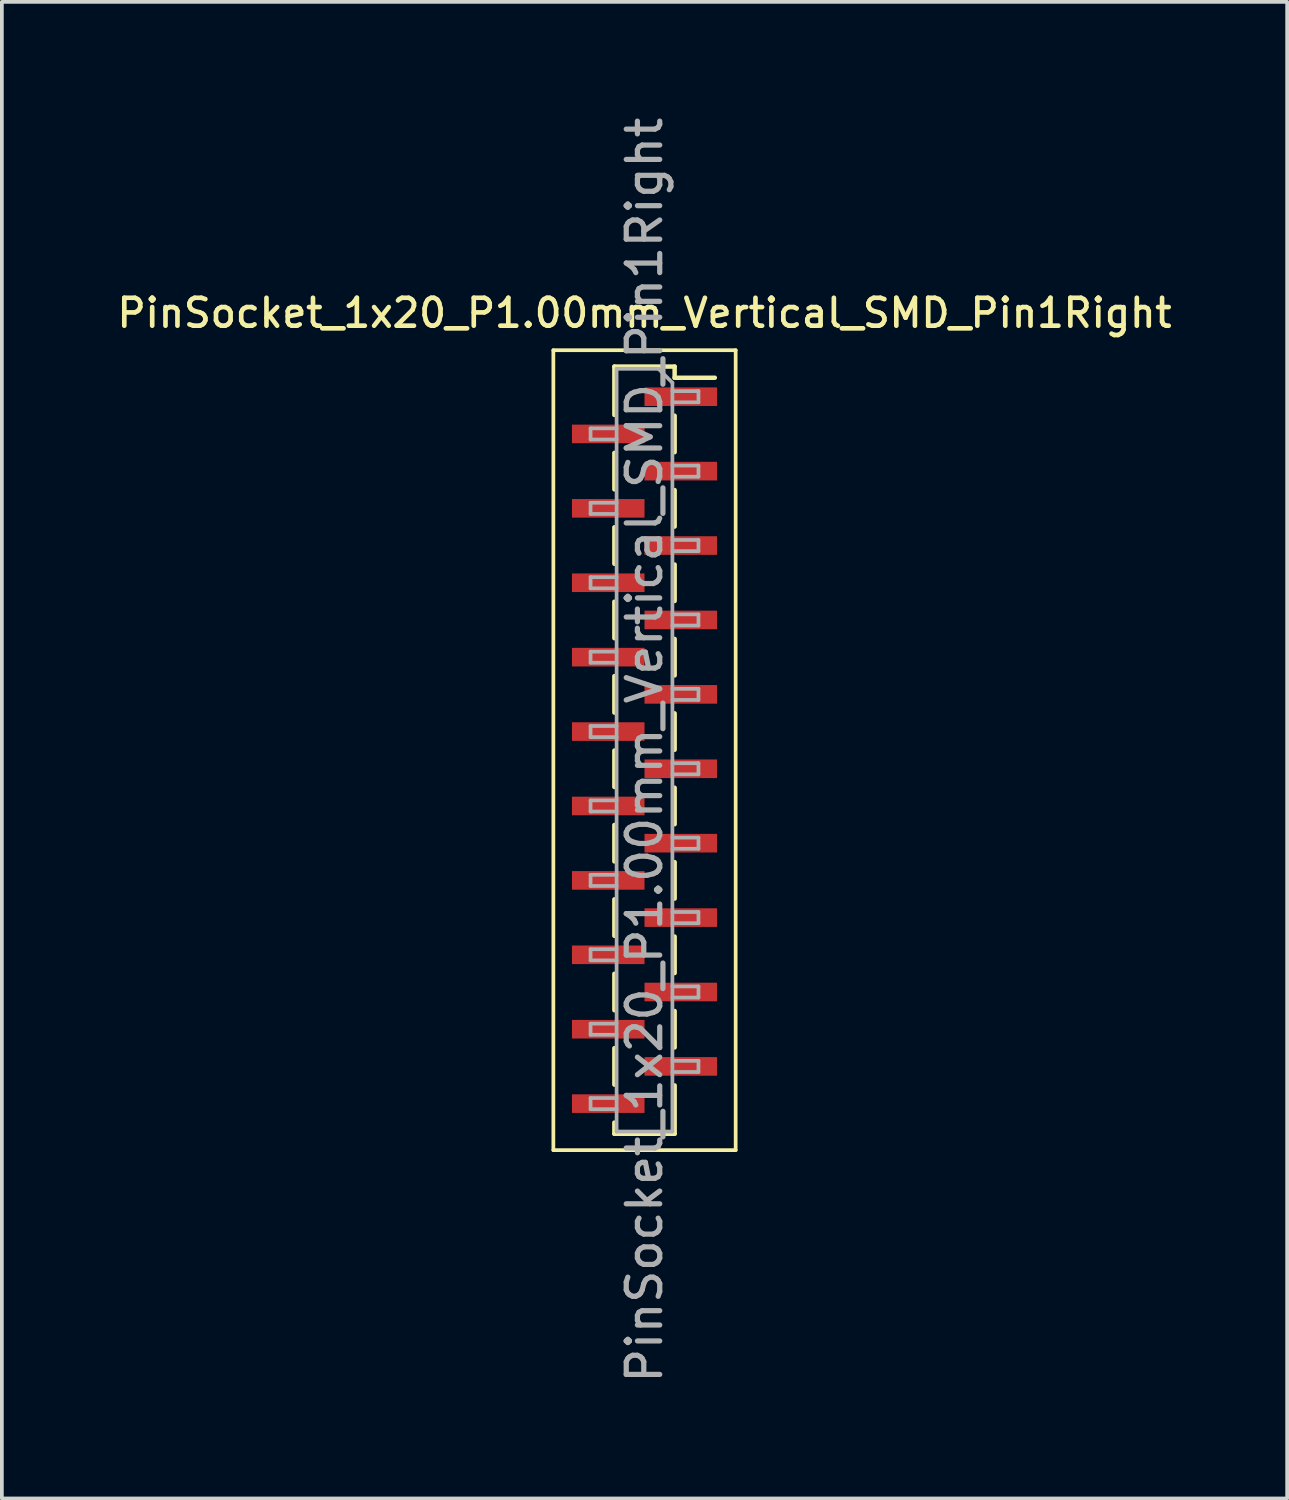
<source format=kicad_pcb>
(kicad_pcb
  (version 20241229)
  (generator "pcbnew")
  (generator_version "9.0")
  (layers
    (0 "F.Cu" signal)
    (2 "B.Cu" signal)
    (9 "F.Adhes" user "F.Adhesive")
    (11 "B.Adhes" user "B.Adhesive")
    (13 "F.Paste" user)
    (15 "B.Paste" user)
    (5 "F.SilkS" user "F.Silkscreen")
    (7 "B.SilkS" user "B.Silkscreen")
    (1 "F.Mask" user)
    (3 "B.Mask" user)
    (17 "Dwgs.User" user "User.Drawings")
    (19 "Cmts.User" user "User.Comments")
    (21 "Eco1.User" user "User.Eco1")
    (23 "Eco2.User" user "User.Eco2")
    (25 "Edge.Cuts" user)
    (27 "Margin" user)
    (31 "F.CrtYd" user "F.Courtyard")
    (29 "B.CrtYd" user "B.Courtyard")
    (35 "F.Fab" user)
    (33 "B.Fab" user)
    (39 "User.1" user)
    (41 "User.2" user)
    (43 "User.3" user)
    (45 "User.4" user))
  (footprint "PinSocket_1x20_P1.00mm_Vertical_SMD_Pin1Right"
    (layer "F.Cu")
    (at 14.273 17.113)
    (property "Reference" "PinSocket_1x20_P1.00mm_Vertical_SMD_Pin1Right" (at 0 -11.75 0) (layer "F.SilkS") (effects (font (size 0.75 0.75) (thickness 0.125))))
    (attr smd)
    (fp_line (start -2.45 -10.75) (end 2.45 -10.75) (stroke (width 0.1) (type solid)) (layer "F.SilkS"))
    (fp_line (start -2.45 10.75) (end -2.45 -10.75) (stroke (width 0.1) (type solid)) (layer "F.SilkS"))
    (fp_line (start -0.81 -10.31) (end -0.81 -9.01) (stroke (width 0.12) (type solid)) (layer "F.SilkS"))
    (fp_line (start -0.81 -10.31) (end 0.81 -10.31) (stroke (width 0.12) (type solid)) (layer "F.SilkS"))
    (fp_line (start -0.81 -7.99) (end -0.81 -7.01) (stroke (width 0.12) (type solid)) (layer "F.SilkS"))
    (fp_line (start -0.81 -5.99) (end -0.81 -5.01) (stroke (width 0.12) (type solid)) (layer "F.SilkS"))
    (fp_line (start -0.81 -3.99) (end -0.81 -3.01) (stroke (width 0.12) (type solid)) (layer "F.SilkS"))
    (fp_line (start -0.81 -1.99) (end -0.81 -1.01) (stroke (width 0.12) (type solid)) (layer "F.SilkS"))
    (fp_line (start -0.81 0.01) (end -0.81 0.99) (stroke (width 0.12) (type solid)) (layer "F.SilkS"))
    (fp_line (start -0.81 2.01) (end -0.81 2.99) (stroke (width 0.12) (type solid)) (layer "F.SilkS"))
    (fp_line (start -0.81 4.01) (end -0.81 4.99) (stroke (width 0.12) (type solid)) (layer "F.SilkS"))
    (fp_line (start -0.81 6.01) (end -0.81 6.99) (stroke (width 0.12) (type solid)) (layer "F.SilkS"))
    (fp_line (start -0.81 8.01) (end -0.81 8.99) (stroke (width 0.12) (type solid)) (layer "F.SilkS"))
    (fp_line (start -0.81 10.01) (end -0.81 10.31) (stroke (width 0.12) (type solid)) (layer "F.SilkS"))
    (fp_line (start -0.81 10.31) (end 0.81 10.31) (stroke (width 0.12) (type solid)) (layer "F.SilkS"))
    (fp_line (start 0.81 -10.31) (end 0.81 -10.01) (stroke (width 0.12) (type solid)) (layer "F.SilkS"))
    (fp_line (start 0.81 -10.01) (end 1.89 -10.01) (stroke (width 0.12) (type solid)) (layer "F.SilkS"))
    (fp_line (start 0.81 -8.99) (end 0.81 -8.01) (stroke (width 0.12) (type solid)) (layer "F.SilkS"))
    (fp_line (start 0.81 -6.99) (end 0.81 -6.01) (stroke (width 0.12) (type solid)) (layer "F.SilkS"))
    (fp_line (start 0.81 -4.99) (end 0.81 -4.01) (stroke (width 0.12) (type solid)) (layer "F.SilkS"))
    (fp_line (start 0.81 -2.99) (end 0.81 -2.01) (stroke (width 0.12) (type solid)) (layer "F.SilkS"))
    (fp_line (start 0.81 -0.99) (end 0.81 -0.01) (stroke (width 0.12) (type solid)) (layer "F.SilkS"))
    (fp_line (start 0.81 1.01) (end 0.81 1.99) (stroke (width 0.12) (type solid)) (layer "F.SilkS"))
    (fp_line (start 0.81 3.01) (end 0.81 3.99) (stroke (width 0.12) (type solid)) (layer "F.SilkS"))
    (fp_line (start 0.81 5.01) (end 0.81 5.99) (stroke (width 0.12) (type solid)) (layer "F.SilkS"))
    (fp_line (start 0.81 7.01) (end 0.81 7.99) (stroke (width 0.12) (type solid)) (layer "F.SilkS"))
    (fp_line (start 0.81 9.01) (end 0.81 10.31) (stroke (width 0.12) (type solid)) (layer "F.SilkS"))
    (fp_line (start 2.45 -10.75) (end 2.45 10.75) (stroke (width 0.1) (type solid)) (layer "F.SilkS"))
    (fp_line (start 2.45 10.75) (end -2.45 10.75) (stroke (width 0.1) (type solid)) (layer "F.SilkS"))
    (fp_line (start -1.45 -8.65) (end -0.75 -8.65) (stroke (width 0.1) (type solid)) (layer "F.Fab"))
    (fp_line (start -1.45 -8.35) (end -1.45 -8.65) (stroke (width 0.1) (type solid)) (layer "F.Fab"))
    (fp_line (start -1.45 -6.65) (end -0.75 -6.65) (stroke (width 0.1) (type solid)) (layer "F.Fab"))
    (fp_line (start -1.45 -6.35) (end -1.45 -6.65) (stroke (width 0.1) (type solid)) (layer "F.Fab"))
    (fp_line (start -1.45 -4.65) (end -0.75 -4.65) (stroke (width 0.1) (type solid)) (layer "F.Fab"))
    (fp_line (start -1.45 -4.35) (end -1.45 -4.65) (stroke (width 0.1) (type solid)) (layer "F.Fab"))
    (fp_line (start -1.45 -2.65) (end -0.75 -2.65) (stroke (width 0.1) (type solid)) (layer "F.Fab"))
    (fp_line (start -1.45 -2.35) (end -1.45 -2.65) (stroke (width 0.1) (type solid)) (layer "F.Fab"))
    (fp_line (start -1.45 -0.65) (end -0.75 -0.65) (stroke (width 0.1) (type solid)) (layer "F.Fab"))
    (fp_line (start -1.45 -0.35) (end -1.45 -0.65) (stroke (width 0.1) (type solid)) (layer "F.Fab"))
    (fp_line (start -1.45 1.35) (end -0.75 1.35) (stroke (width 0.1) (type solid)) (layer "F.Fab"))
    (fp_line (start -1.45 1.65) (end -1.45 1.35) (stroke (width 0.1) (type solid)) (layer "F.Fab"))
    (fp_line (start -1.45 3.35) (end -0.75 3.35) (stroke (width 0.1) (type solid)) (layer "F.Fab"))
    (fp_line (start -1.45 3.65) (end -1.45 3.35) (stroke (width 0.1) (type solid)) (layer "F.Fab"))
    (fp_line (start -1.45 5.35) (end -0.75 5.35) (stroke (width 0.1) (type solid)) (layer "F.Fab"))
    (fp_line (start -1.45 5.65) (end -1.45 5.35) (stroke (width 0.1) (type solid)) (layer "F.Fab"))
    (fp_line (start -1.45 7.35) (end -0.75 7.35) (stroke (width 0.1) (type solid)) (layer "F.Fab"))
    (fp_line (start -1.45 7.65) (end -1.45 7.35) (stroke (width 0.1) (type solid)) (layer "F.Fab"))
    (fp_line (start -1.45 9.35) (end -0.75 9.35) (stroke (width 0.1) (type solid)) (layer "F.Fab"))
    (fp_line (start -1.45 9.65) (end -1.45 9.35) (stroke (width 0.1) (type solid)) (layer "F.Fab"))
    (fp_line (start -0.75 -10.25) (end 0.375 -10.25) (stroke (width 0.1) (type solid)) (layer "F.Fab"))
    (fp_line (start -0.75 -8.35) (end -1.45 -8.35) (stroke (width 0.1) (type solid)) (layer "F.Fab"))
    (fp_line (start -0.75 -6.35) (end -1.45 -6.35) (stroke (width 0.1) (type solid)) (layer "F.Fab"))
    (fp_line (start -0.75 -4.35) (end -1.45 -4.35) (stroke (width 0.1) (type solid)) (layer "F.Fab"))
    (fp_line (start -0.75 -2.35) (end -1.45 -2.35) (stroke (width 0.1) (type solid)) (layer "F.Fab"))
    (fp_line (start -0.75 -0.35) (end -1.45 -0.35) (stroke (width 0.1) (type solid)) (layer "F.Fab"))
    (fp_line (start -0.75 1.65) (end -1.45 1.65) (stroke (width 0.1) (type solid)) (layer "F.Fab"))
    (fp_line (start -0.75 3.65) (end -1.45 3.65) (stroke (width 0.1) (type solid)) (layer "F.Fab"))
    (fp_line (start -0.75 5.65) (end -1.45 5.65) (stroke (width 0.1) (type solid)) (layer "F.Fab"))
    (fp_line (start -0.75 7.65) (end -1.45 7.65) (stroke (width 0.1) (type solid)) (layer "F.Fab"))
    (fp_line (start -0.75 9.65) (end -1.45 9.65) (stroke (width 0.1) (type solid)) (layer "F.Fab"))
    (fp_line (start -0.75 10.25) (end -0.75 -10.25) (stroke (width 0.1) (type solid)) (layer "F.Fab"))
    (fp_line (start 0.375 -10.25) (end 0.75 -9.875) (stroke (width 0.1) (type solid)) (layer "F.Fab"))
    (fp_line (start 0.75 -9.875) (end 0.75 10.25) (stroke (width 0.1) (type solid)) (layer "F.Fab"))
    (fp_line (start 0.75 -9.65) (end 1.45 -9.65) (stroke (width 0.1) (type solid)) (layer "F.Fab"))
    (fp_line (start 0.75 -7.65) (end 1.45 -7.65) (stroke (width 0.1) (type solid)) (layer "F.Fab"))
    (fp_line (start 0.75 -5.65) (end 1.45 -5.65) (stroke (width 0.1) (type solid)) (layer "F.Fab"))
    (fp_line (start 0.75 -3.65) (end 1.45 -3.65) (stroke (width 0.1) (type solid)) (layer "F.Fab"))
    (fp_line (start 0.75 -1.65) (end 1.45 -1.65) (stroke (width 0.1) (type solid)) (layer "F.Fab"))
    (fp_line (start 0.75 0.35) (end 1.45 0.35) (stroke (width 0.1) (type solid)) (layer "F.Fab"))
    (fp_line (start 0.75 2.35) (end 1.45 2.35) (stroke (width 0.1) (type solid)) (layer "F.Fab"))
    (fp_line (start 0.75 4.35) (end 1.45 4.35) (stroke (width 0.1) (type solid)) (layer "F.Fab"))
    (fp_line (start 0.75 6.35) (end 1.45 6.35) (stroke (width 0.1) (type solid)) (layer "F.Fab"))
    (fp_line (start 0.75 8.35) (end 1.45 8.35) (stroke (width 0.1) (type solid)) (layer "F.Fab"))
    (fp_line (start 0.75 10.25) (end -0.75 10.25) (stroke (width 0.1) (type solid)) (layer "F.Fab"))
    (fp_line (start 1.45 -9.65) (end 1.45 -9.35) (stroke (width 0.1) (type solid)) (layer "F.Fab"))
    (fp_line (start 1.45 -9.35) (end 0.75 -9.35) (stroke (width 0.1) (type solid)) (layer "F.Fab"))
    (fp_line (start 1.45 -7.65) (end 1.45 -7.35) (stroke (width 0.1) (type solid)) (layer "F.Fab"))
    (fp_line (start 1.45 -7.35) (end 0.75 -7.35) (stroke (width 0.1) (type solid)) (layer "F.Fab"))
    (fp_line (start 1.45 -5.65) (end 1.45 -5.35) (stroke (width 0.1) (type solid)) (layer "F.Fab"))
    (fp_line (start 1.45 -5.35) (end 0.75 -5.35) (stroke (width 0.1) (type solid)) (layer "F.Fab"))
    (fp_line (start 1.45 -3.65) (end 1.45 -3.35) (stroke (width 0.1) (type solid)) (layer "F.Fab"))
    (fp_line (start 1.45 -3.35) (end 0.75 -3.35) (stroke (width 0.1) (type solid)) (layer "F.Fab"))
    (fp_line (start 1.45 -1.65) (end 1.45 -1.35) (stroke (width 0.1) (type solid)) (layer "F.Fab"))
    (fp_line (start 1.45 -1.35) (end 0.75 -1.35) (stroke (width 0.1) (type solid)) (layer "F.Fab"))
    (fp_line (start 1.45 0.35) (end 1.45 0.65) (stroke (width 0.1) (type solid)) (layer "F.Fab"))
    (fp_line (start 1.45 0.65) (end 0.75 0.65) (stroke (width 0.1) (type solid)) (layer "F.Fab"))
    (fp_line (start 1.45 2.35) (end 1.45 2.65) (stroke (width 0.1) (type solid)) (layer "F.Fab"))
    (fp_line (start 1.45 2.65) (end 0.75 2.65) (stroke (width 0.1) (type solid)) (layer "F.Fab"))
    (fp_line (start 1.45 4.35) (end 1.45 4.65) (stroke (width 0.1) (type solid)) (layer "F.Fab"))
    (fp_line (start 1.45 4.65) (end 0.75 4.65) (stroke (width 0.1) (type solid)) (layer "F.Fab"))
    (fp_line (start 1.45 6.35) (end 1.45 6.65) (stroke (width 0.1) (type solid)) (layer "F.Fab"))
    (fp_line (start 1.45 6.65) (end 0.75 6.65) (stroke (width 0.1) (type solid)) (layer "F.Fab"))
    (fp_line (start 1.45 8.35) (end 1.45 8.65) (stroke (width 0.1) (type solid)) (layer "F.Fab"))
    (fp_line (start 1.45 8.65) (end 0.75 8.65) (stroke (width 0.1) (type solid)) (layer "F.Fab"))
    (fp_text user "${REFERENCE}" (at 0 0 90) (layer "F.Fab") (effects (font (size 0.9 0.9) (thickness 0.14))))
    (pad "1" smd rect (at 0.975 -9.5) (size 1.95 0.5) (layers "F.Cu" "F.Mask" "F.Paste"))
    (pad "2" smd rect (at -0.975 -8.5) (size 1.95 0.5) (layers "F.Cu" "F.Mask" "F.Paste"))
    (pad "3" smd rect (at 0.975 -7.5) (size 1.95 0.5) (layers "F.Cu" "F.Mask" "F.Paste"))
    (pad "4" smd rect (at -0.975 -6.5) (size 1.95 0.5) (layers "F.Cu" "F.Mask" "F.Paste"))
    (pad "5" smd rect (at 0.975 -5.5) (size 1.95 0.5) (layers "F.Cu" "F.Mask" "F.Paste"))
    (pad "6" smd rect (at -0.975 -4.5) (size 1.95 0.5) (layers "F.Cu" "F.Mask" "F.Paste"))
    (pad "7" smd rect (at 0.975 -3.5) (size 1.95 0.5) (layers "F.Cu" "F.Mask" "F.Paste"))
    (pad "8" smd rect (at -0.975 -2.5) (size 1.95 0.5) (layers "F.Cu" "F.Mask" "F.Paste"))
    (pad "9" smd rect (at 0.975 -1.5) (size 1.95 0.5) (layers "F.Cu" "F.Mask" "F.Paste"))
    (pad "10" smd rect (at -0.975 -0.5) (size 1.95 0.5) (layers "F.Cu" "F.Mask" "F.Paste"))
    (pad "11" smd rect (at 0.975 0.5) (size 1.95 0.5) (layers "F.Cu" "F.Mask" "F.Paste"))
    (pad "12" smd rect (at -0.975 1.5) (size 1.95 0.5) (layers "F.Cu" "F.Mask" "F.Paste"))
    (pad "13" smd rect (at 0.975 2.5) (size 1.95 0.5) (layers "F.Cu" "F.Mask" "F.Paste"))
    (pad "14" smd rect (at -0.975 3.5) (size 1.95 0.5) (layers "F.Cu" "F.Mask" "F.Paste"))
    (pad "15" smd rect (at 0.975 4.5) (size 1.95 0.5) (layers "F.Cu" "F.Mask" "F.Paste"))
    (pad "16" smd rect (at -0.975 5.5) (size 1.95 0.5) (layers "F.Cu" "F.Mask" "F.Paste"))
    (pad "17" smd rect (at 0.975 6.5) (size 1.95 0.5) (layers "F.Cu" "F.Mask" "F.Paste"))
    (pad "18" smd rect (at -0.975 7.5) (size 1.95 0.5) (layers "F.Cu" "F.Mask" "F.Paste"))
    (pad "19" smd rect (at 0.975 8.5) (size 1.95 0.5) (layers "F.Cu" "F.Mask" "F.Paste"))
    (pad "20" smd rect (at -0.975 9.5) (size 1.95 0.5) (layers "F.Cu" "F.Mask" "F.Paste")))
  (gr_rect
    (start -3 -3)
    (end 31.546 37.226)
    (stroke (width 0.1) (type default))
    (fill no)
    (layer "Edge.Cuts")))
</source>
